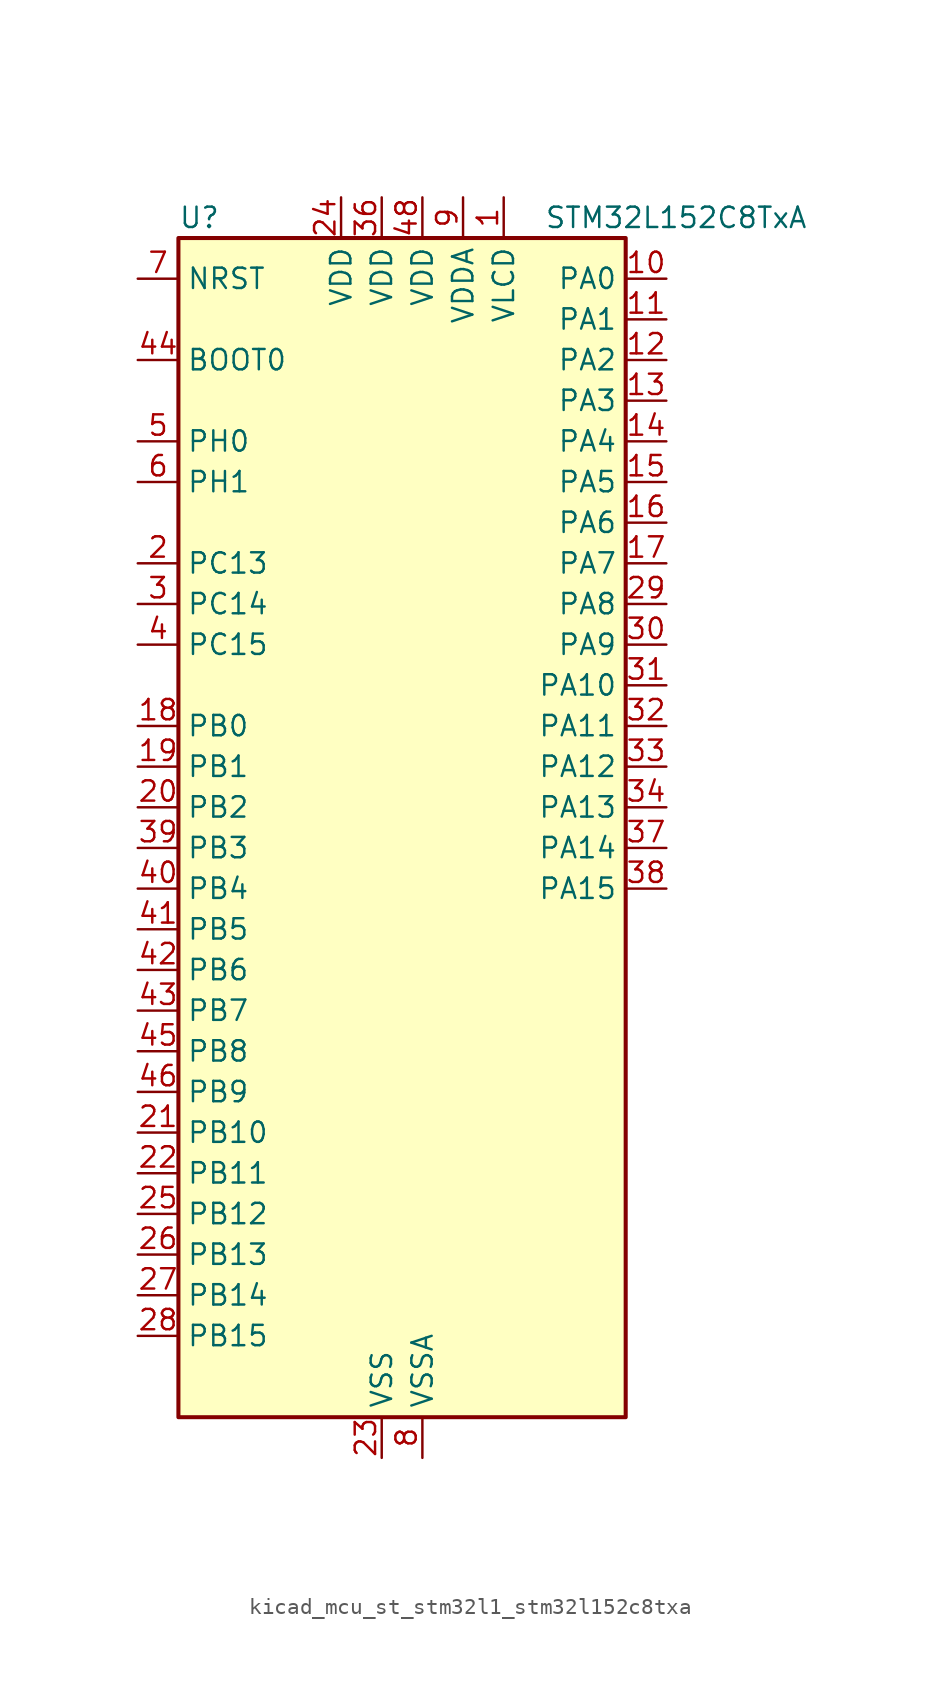
<source format=kicad_sym>
(kicad_symbol_lib
  (version 20220914)
  (generator kicad_symbol_editor)
  (symbol "kicad_mcu_st_stm32l1_stm32l152c8txa"
    (property "Reference" "U"
      (at -12.7 39.37 0)
      (effects (font (size 1.27 1.27)) (justify left)))
    (property "Value" "STM32L152C8TxA"
      (at 10.16 39.37 0)
      (effects (font (size 1.27 1.27)) (justify left)))
    (property "ki_locked" ""
      (at 0 0 0)
      (effects (font (size 1.27 1.27))))
    (symbol "kicad_mcu_st_stm32l1_stm32l152c8txa_0_1"
      (rectangle (start -12.7 -35.56) (end 15.24 38.1) (stroke (width 0.254) (type default)) (fill (type background))))
    (symbol "kicad_mcu_st_stm32l1_stm32l152c8txa_1_1"
      (pin power_in line (at 7.62 40.64 270) (length 2.54) (name "VLCD" (effects (font (size 1.27 1.27)))) (number "1" (effects (font (size 1.27 1.27)))))
      (pin bidirectional line (at 17.78 35.56 180) (length 2.54) (name "PA0" (effects (font (size 1.27 1.27)))) (number "10" (effects (font (size 1.27 1.27)))) (alternate "ADC_IN0" bidirectional line) (alternate "COMP1_INP" bidirectional line) (alternate "RTC_TAMP2" bidirectional line) (alternate "SYS_WKUP1" bidirectional line) (alternate "TIM2_CH1" bidirectional line) (alternate "TIM2_ETR" bidirectional line) (alternate "TIMX_IC1" bidirectional line) (alternate "TS_G1_IO1" bidirectional line) (alternate "USART2_CTS" bidirectional line))
      (pin bidirectional line (at 17.78 33.02 180) (length 2.54) (name "PA1" (effects (font (size 1.27 1.27)))) (number "11" (effects (font (size 1.27 1.27)))) (alternate "ADC_IN1" bidirectional line) (alternate "COMP1_INP" bidirectional line) (alternate "LCD_SEG0" bidirectional line) (alternate "TIM2_CH2" bidirectional line) (alternate "TIMX_IC2" bidirectional line) (alternate "TS_G1_IO2" bidirectional line) (alternate "USART2_RTS" bidirectional line))
      (pin bidirectional line (at 17.78 30.48 180) (length 2.54) (name "PA2" (effects (font (size 1.27 1.27)))) (number "12" (effects (font (size 1.27 1.27)))) (alternate "ADC_IN2" bidirectional line) (alternate "COMP1_INP" bidirectional line) (alternate "LCD_SEG1" bidirectional line) (alternate "TIM2_CH3" bidirectional line) (alternate "TIM9_CH1" bidirectional line) (alternate "TIMX_IC3" bidirectional line) (alternate "TS_G1_IO3" bidirectional line) (alternate "USART2_TX" bidirectional line))
      (pin bidirectional line (at 17.78 27.94 180) (length 2.54) (name "PA3" (effects (font (size 1.27 1.27)))) (number "13" (effects (font (size 1.27 1.27)))) (alternate "ADC_IN3" bidirectional line) (alternate "COMP1_INP" bidirectional line) (alternate "LCD_SEG2" bidirectional line) (alternate "TIM2_CH4" bidirectional line) (alternate "TIM9_CH2" bidirectional line) (alternate "TIMX_IC4" bidirectional line) (alternate "TS_G1_IO4" bidirectional line) (alternate "USART2_RX" bidirectional line))
      (pin bidirectional line (at 17.78 25.4 180) (length 2.54) (name "PA4" (effects (font (size 1.27 1.27)))) (number "14" (effects (font (size 1.27 1.27)))) (alternate "ADC_IN4" bidirectional line) (alternate "COMP1_INP" bidirectional line) (alternate "DAC_OUT1" bidirectional line) (alternate "SPI1_NSS" bidirectional line) (alternate "TIMX_IC1" bidirectional line) (alternate "USART2_CK" bidirectional line))
      (pin bidirectional line (at 17.78 22.86 180) (length 2.54) (name "PA5" (effects (font (size 1.27 1.27)))) (number "15" (effects (font (size 1.27 1.27)))) (alternate "ADC_IN5" bidirectional line) (alternate "COMP1_INP" bidirectional line) (alternate "DAC_OUT2" bidirectional line) (alternate "SPI1_SCK" bidirectional line) (alternate "TIM2_CH1" bidirectional line) (alternate "TIM2_ETR" bidirectional line) (alternate "TIMX_IC2" bidirectional line))
      (pin bidirectional line (at 17.78 20.32 180) (length 2.54) (name "PA6" (effects (font (size 1.27 1.27)))) (number "16" (effects (font (size 1.27 1.27)))) (alternate "ADC_IN6" bidirectional line) (alternate "COMP1_INP" bidirectional line) (alternate "LCD_SEG3" bidirectional line) (alternate "SPI1_MISO" bidirectional line) (alternate "TIM10_CH1" bidirectional line) (alternate "TIM3_CH1" bidirectional line) (alternate "TIMX_IC3" bidirectional line) (alternate "TS_G2_IO1" bidirectional line))
      (pin bidirectional line (at 17.78 17.78 180) (length 2.54) (name "PA7" (effects (font (size 1.27 1.27)))) (number "17" (effects (font (size 1.27 1.27)))) (alternate "ADC_IN7" bidirectional line) (alternate "COMP1_INP" bidirectional line) (alternate "LCD_SEG4" bidirectional line) (alternate "SPI1_MOSI" bidirectional line) (alternate "TIM11_CH1" bidirectional line) (alternate "TIM3_CH2" bidirectional line) (alternate "TIMX_IC4" bidirectional line) (alternate "TS_G2_IO2" bidirectional line))
      (pin bidirectional line (at -15.24 7.62 0) (length 2.54) (name "PB0" (effects (font (size 1.27 1.27)))) (number "18" (effects (font (size 1.27 1.27)))) (alternate "ADC_IN8" bidirectional line) (alternate "COMP1_INP" bidirectional line) (alternate "LCD_SEG5" bidirectional line) (alternate "SYS_V_REF_OUT" bidirectional line) (alternate "TIM3_CH3" bidirectional line) (alternate "TS_G3_IO1" bidirectional line))
      (pin bidirectional line (at -15.24 5.08 0) (length 2.54) (name "PB1" (effects (font (size 1.27 1.27)))) (number "19" (effects (font (size 1.27 1.27)))) (alternate "ADC_IN9" bidirectional line) (alternate "COMP1_INP" bidirectional line) (alternate "LCD_SEG6" bidirectional line) (alternate "SYS_V_REF_OUT" bidirectional line) (alternate "TIM3_CH4" bidirectional line) (alternate "TS_G3_IO2" bidirectional line))
      (pin bidirectional line (at -15.24 17.78 0) (length 2.54) (name "PC13" (effects (font (size 1.27 1.27)))) (number "2" (effects (font (size 1.27 1.27)))) (alternate "RTC_OUT_ALARM" bidirectional line) (alternate "RTC_OUT_CALIB" bidirectional line) (alternate "RTC_TAMP1" bidirectional line) (alternate "RTC_TS" bidirectional line) (alternate "SYS_WKUP2" bidirectional line) (alternate "TIMX_IC2" bidirectional line))
      (pin bidirectional line (at -15.24 2.54 0) (length 2.54) (name "PB2" (effects (font (size 1.27 1.27)))) (number "20" (effects (font (size 1.27 1.27)))) (alternate "TS_G3_IO3" bidirectional line))
      (pin bidirectional line (at -15.24 -17.78 0) (length 2.54) (name "PB10" (effects (font (size 1.27 1.27)))) (number "21" (effects (font (size 1.27 1.27)))) (alternate "I2C2_SCL" bidirectional line) (alternate "LCD_SEG10" bidirectional line) (alternate "TIM2_CH3" bidirectional line) (alternate "USART3_TX" bidirectional line))
      (pin bidirectional line (at -15.24 -20.32 0) (length 2.54) (name "PB11" (effects (font (size 1.27 1.27)))) (number "22" (effects (font (size 1.27 1.27)))) (alternate "ADC_EXTI11" bidirectional line) (alternate "I2C2_SDA" bidirectional line) (alternate "LCD_SEG11" bidirectional line) (alternate "TIM2_CH4" bidirectional line) (alternate "USART3_RX" bidirectional line))
      (pin power_in line (at 0 -38.1 90) (length 2.54) (name "VSS" (effects (font (size 1.27 1.27)))) (number "23" (effects (font (size 1.27 1.27)))))
      (pin power_in line (at -2.54 40.64 270) (length 2.54) (name "VDD" (effects (font (size 1.27 1.27)))) (number "24" (effects (font (size 1.27 1.27)))))
      (pin bidirectional line (at -15.24 -22.86 0) (length 2.54) (name "PB12" (effects (font (size 1.27 1.27)))) (number "25" (effects (font (size 1.27 1.27)))) (alternate "ADC_IN18" bidirectional line) (alternate "COMP1_INP" bidirectional line) (alternate "I2C2_SMBA" bidirectional line) (alternate "LCD_SEG12" bidirectional line) (alternate "SPI2_NSS" bidirectional line) (alternate "TIM10_CH1" bidirectional line) (alternate "TS_G7_IO1" bidirectional line) (alternate "USART3_CK" bidirectional line))
      (pin bidirectional line (at -15.24 -25.4 0) (length 2.54) (name "PB13" (effects (font (size 1.27 1.27)))) (number "26" (effects (font (size 1.27 1.27)))) (alternate "ADC_IN19" bidirectional line) (alternate "COMP1_INP" bidirectional line) (alternate "LCD_SEG13" bidirectional line) (alternate "SPI2_SCK" bidirectional line) (alternate "TIM9_CH1" bidirectional line) (alternate "TS_G7_IO2" bidirectional line) (alternate "USART3_CTS" bidirectional line))
      (pin bidirectional line (at -15.24 -27.94 0) (length 2.54) (name "PB14" (effects (font (size 1.27 1.27)))) (number "27" (effects (font (size 1.27 1.27)))) (alternate "ADC_IN20" bidirectional line) (alternate "COMP1_INP" bidirectional line) (alternate "LCD_SEG14" bidirectional line) (alternate "SPI2_MISO" bidirectional line) (alternate "TIM9_CH2" bidirectional line) (alternate "TS_G7_IO3" bidirectional line) (alternate "USART3_RTS" bidirectional line))
      (pin bidirectional line (at -15.24 -30.48 0) (length 2.54) (name "PB15" (effects (font (size 1.27 1.27)))) (number "28" (effects (font (size 1.27 1.27)))) (alternate "ADC_EXTI15" bidirectional line) (alternate "ADC_IN21" bidirectional line) (alternate "COMP1_INP" bidirectional line) (alternate "LCD_SEG15" bidirectional line) (alternate "RTC_REFIN" bidirectional line) (alternate "SPI2_MOSI" bidirectional line) (alternate "TIM11_CH1" bidirectional line) (alternate "TS_G7_IO4" bidirectional line))
      (pin bidirectional line (at 17.78 15.24 180) (length 2.54) (name "PA8" (effects (font (size 1.27 1.27)))) (number "29" (effects (font (size 1.27 1.27)))) (alternate "LCD_COM0" bidirectional line) (alternate "RCC_MCO" bidirectional line) (alternate "TIMX_IC1" bidirectional line) (alternate "TS_G4_IO1" bidirectional line) (alternate "USART1_CK" bidirectional line))
      (pin bidirectional line (at -15.24 15.24 0) (length 2.54) (name "PC14" (effects (font (size 1.27 1.27)))) (number "3" (effects (font (size 1.27 1.27)))) (alternate "RCC_OSC32_IN" bidirectional line) (alternate "TIMX_IC3" bidirectional line))
      (pin bidirectional line (at 17.78 12.7 180) (length 2.54) (name "PA9" (effects (font (size 1.27 1.27)))) (number "30" (effects (font (size 1.27 1.27)))) (alternate "DAC_EXTI9" bidirectional line) (alternate "LCD_COM1" bidirectional line) (alternate "TIMX_IC2" bidirectional line) (alternate "TS_G4_IO2" bidirectional line) (alternate "USART1_TX" bidirectional line))
      (pin bidirectional line (at 17.78 10.16 180) (length 2.54) (name "PA10" (effects (font (size 1.27 1.27)))) (number "31" (effects (font (size 1.27 1.27)))) (alternate "LCD_COM2" bidirectional line) (alternate "TIMX_IC3" bidirectional line) (alternate "TS_G4_IO3" bidirectional line) (alternate "USART1_RX" bidirectional line))
      (pin bidirectional line (at 17.78 7.62 180) (length 2.54) (name "PA11" (effects (font (size 1.27 1.27)))) (number "32" (effects (font (size 1.27 1.27)))) (alternate "ADC_EXTI11" bidirectional line) (alternate "SPI1_MISO" bidirectional line) (alternate "TIMX_IC4" bidirectional line) (alternate "USART1_CTS" bidirectional line) (alternate "USB_DM" bidirectional line))
      (pin bidirectional line (at 17.78 5.08 180) (length 2.54) (name "PA12" (effects (font (size 1.27 1.27)))) (number "33" (effects (font (size 1.27 1.27)))) (alternate "SPI1_MOSI" bidirectional line) (alternate "TIMX_IC1" bidirectional line) (alternate "USART1_RTS" bidirectional line) (alternate "USB_DP" bidirectional line))
      (pin bidirectional line (at 17.78 2.54 180) (length 2.54) (name "PA13" (effects (font (size 1.27 1.27)))) (number "34" (effects (font (size 1.27 1.27)))) (alternate "SYS_JTMS-SWDIO" bidirectional line) (alternate "TIMX_IC2" bidirectional line) (alternate "TS_G5_IO1" bidirectional line))
      (pin passive line (at 0 -38.1 90) (length 2.54) hide (name "VSS" (effects (font (size 1.27 1.27)))) (number "35" (effects (font (size 1.27 1.27)))))
      (pin power_in line (at 0 40.64 270) (length 2.54) (name "VDD" (effects (font (size 1.27 1.27)))) (number "36" (effects (font (size 1.27 1.27)))))
      (pin bidirectional line (at 17.78 0 180) (length 2.54) (name "PA14" (effects (font (size 1.27 1.27)))) (number "37" (effects (font (size 1.27 1.27)))) (alternate "SYS_JTCK-SWCLK" bidirectional line) (alternate "TIMX_IC3" bidirectional line) (alternate "TS_G5_IO2" bidirectional line))
      (pin bidirectional line (at 17.78 -2.54 180) (length 2.54) (name "PA15" (effects (font (size 1.27 1.27)))) (number "38" (effects (font (size 1.27 1.27)))) (alternate "ADC_EXTI15" bidirectional line) (alternate "LCD_SEG17" bidirectional line) (alternate "SPI1_NSS" bidirectional line) (alternate "SYS_JTDI" bidirectional line) (alternate "TIM2_CH1" bidirectional line) (alternate "TIM2_ETR" bidirectional line) (alternate "TIMX_IC4" bidirectional line) (alternate "TS_G5_IO3" bidirectional line))
      (pin bidirectional line (at -15.24 0 0) (length 2.54) (name "PB3" (effects (font (size 1.27 1.27)))) (number "39" (effects (font (size 1.27 1.27)))) (alternate "COMP2_INM" bidirectional line) (alternate "LCD_SEG7" bidirectional line) (alternate "SPI1_SCK" bidirectional line) (alternate "SYS_JTDO-TRACESWO" bidirectional line) (alternate "TIM2_CH2" bidirectional line))
      (pin bidirectional line (at -15.24 12.7 0) (length 2.54) (name "PC15" (effects (font (size 1.27 1.27)))) (number "4" (effects (font (size 1.27 1.27)))) (alternate "ADC_EXTI15" bidirectional line) (alternate "RCC_OSC32_OUT" bidirectional line) (alternate "TIMX_IC4" bidirectional line))
      (pin bidirectional line (at -15.24 -2.54 0) (length 2.54) (name "PB4" (effects (font (size 1.27 1.27)))) (number "40" (effects (font (size 1.27 1.27)))) (alternate "COMP2_INP" bidirectional line) (alternate "LCD_SEG8" bidirectional line) (alternate "SPI1_MISO" bidirectional line) (alternate "SYS_JTRST" bidirectional line) (alternate "TIM3_CH1" bidirectional line) (alternate "TS_G6_IO1" bidirectional line))
      (pin bidirectional line (at -15.24 -5.08 0) (length 2.54) (name "PB5" (effects (font (size 1.27 1.27)))) (number "41" (effects (font (size 1.27 1.27)))) (alternate "COMP2_INP" bidirectional line) (alternate "I2C1_SMBA" bidirectional line) (alternate "LCD_SEG9" bidirectional line) (alternate "SPI1_MOSI" bidirectional line) (alternate "TIM3_CH2" bidirectional line) (alternate "TS_G6_IO2" bidirectional line))
      (pin bidirectional line (at -15.24 -7.62 0) (length 2.54) (name "PB6" (effects (font (size 1.27 1.27)))) (number "42" (effects (font (size 1.27 1.27)))) (alternate "I2C1_SCL" bidirectional line) (alternate "TIM4_CH1" bidirectional line) (alternate "TS_G6_IO3" bidirectional line) (alternate "USART1_TX" bidirectional line))
      (pin bidirectional line (at -15.24 -10.16 0) (length 2.54) (name "PB7" (effects (font (size 1.27 1.27)))) (number "43" (effects (font (size 1.27 1.27)))) (alternate "I2C1_SDA" bidirectional line) (alternate "SYS_PVD_IN" bidirectional line) (alternate "TIM4_CH2" bidirectional line) (alternate "TS_G6_IO4" bidirectional line) (alternate "USART1_RX" bidirectional line))
      (pin input line (at -15.24 30.48 0) (length 2.54) (name "BOOT0" (effects (font (size 1.27 1.27)))) (number "44" (effects (font (size 1.27 1.27)))))
      (pin bidirectional line (at -15.24 -12.7 0) (length 2.54) (name "PB8" (effects (font (size 1.27 1.27)))) (number "45" (effects (font (size 1.27 1.27)))) (alternate "I2C1_SCL" bidirectional line) (alternate "LCD_SEG16" bidirectional line) (alternate "TIM10_CH1" bidirectional line) (alternate "TIM4_CH3" bidirectional line))
      (pin bidirectional line (at -15.24 -15.24 0) (length 2.54) (name "PB9" (effects (font (size 1.27 1.27)))) (number "46" (effects (font (size 1.27 1.27)))) (alternate "DAC_EXTI9" bidirectional line) (alternate "I2C1_SDA" bidirectional line) (alternate "LCD_COM3" bidirectional line) (alternate "TIM11_CH1" bidirectional line) (alternate "TIM4_CH4" bidirectional line))
      (pin passive line (at 0 -38.1 90) (length 2.54) hide (name "VSS" (effects (font (size 1.27 1.27)))) (number "47" (effects (font (size 1.27 1.27)))))
      (pin power_in line (at 2.54 40.64 270) (length 2.54) (name "VDD" (effects (font (size 1.27 1.27)))) (number "48" (effects (font (size 1.27 1.27)))))
      (pin bidirectional line (at -15.24 25.4 0) (length 2.54) (name "PH0" (effects (font (size 1.27 1.27)))) (number "5" (effects (font (size 1.27 1.27)))) (alternate "RCC_OSC_IN" bidirectional line))
      (pin bidirectional line (at -15.24 22.86 0) (length 2.54) (name "PH1" (effects (font (size 1.27 1.27)))) (number "6" (effects (font (size 1.27 1.27)))) (alternate "RCC_OSC_OUT" bidirectional line))
      (pin input line (at -15.24 35.56 0) (length 2.54) (name "NRST" (effects (font (size 1.27 1.27)))) (number "7" (effects (font (size 1.27 1.27)))))
      (pin power_in line (at 2.54 -38.1 90) (length 2.54) (name "VSSA" (effects (font (size 1.27 1.27)))) (number "8" (effects (font (size 1.27 1.27)))))
      (pin power_in line (at 5.08 40.64 270) (length 2.54) (name "VDDA" (effects (font (size 1.27 1.27)))) (number "9" (effects (font (size 1.27 1.27))))))))
</source>
